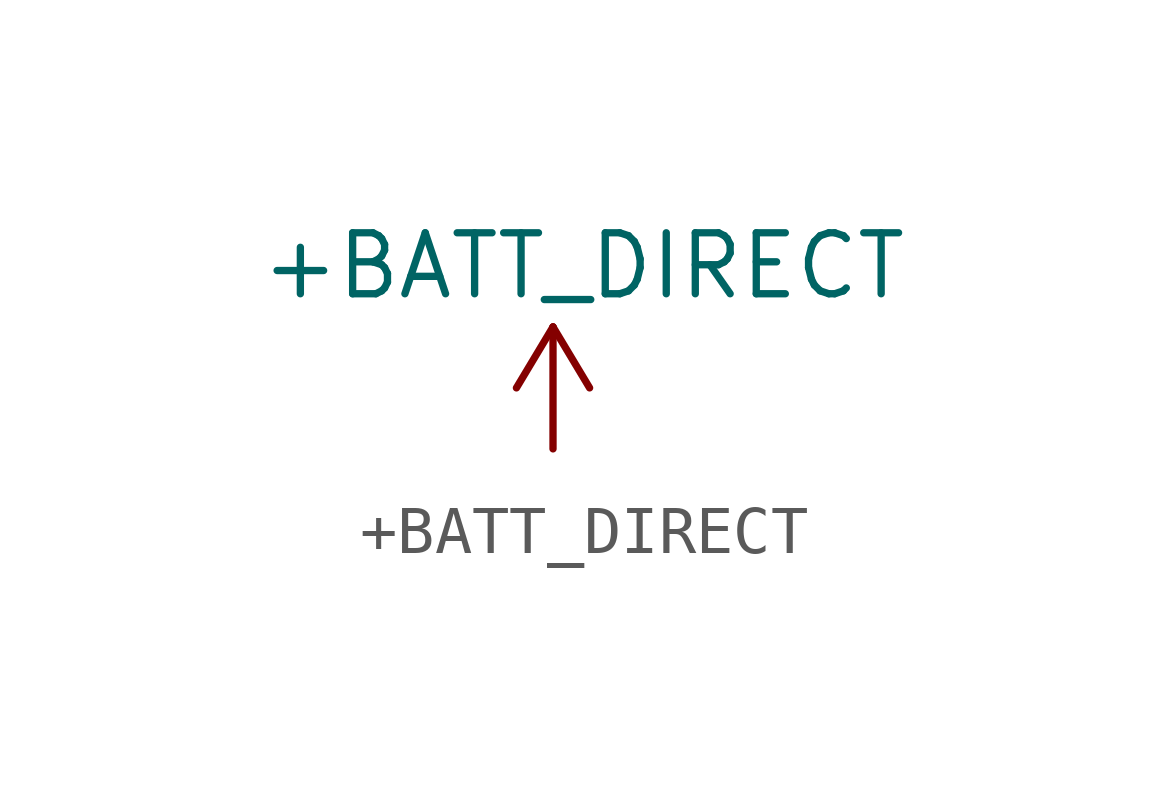
<source format=kicad_sym>
(kicad_symbol_lib
  (version 20220914)
  (generator kicad_symbol_editor)
  (symbol "+BATT_DIRECT"
    (power)
    (pin_numbers hide)
    (pin_names hide)
    (property "Reference" "#PWR"
      (at -1.27 -4.445 0)
      (effects (font (size 1.27 1.27)) hide))
    (property "Value" "+BATT_DIRECT"
      (at 0.635 3.81 0)
      (effects (font (size 1.27 1.27))))
    (symbol "+BATT_DIRECT_0_1"
      (polyline (pts (xy -0.762 1.27) (xy 0 2.54)) (stroke (width 0) (type default)) (fill (type none)))
      (polyline (pts (xy 0 0) (xy 0 2.54)) (stroke (width 0) (type default)) (fill (type none)))
      (polyline (pts (xy 0 2.54) (xy 0.762 1.27)) (stroke (width 0) (type default)) (fill (type none))))
    (symbol "+BATT_DIRECT_1_1"
      (pin power_in line (at 0 0 90) (length 0) hide (name "+BATT_DIRECT" (effects (font (size 1.27 1.27)))) (number "1" (effects (font (size 1.27 1.27))))))))
</source>
